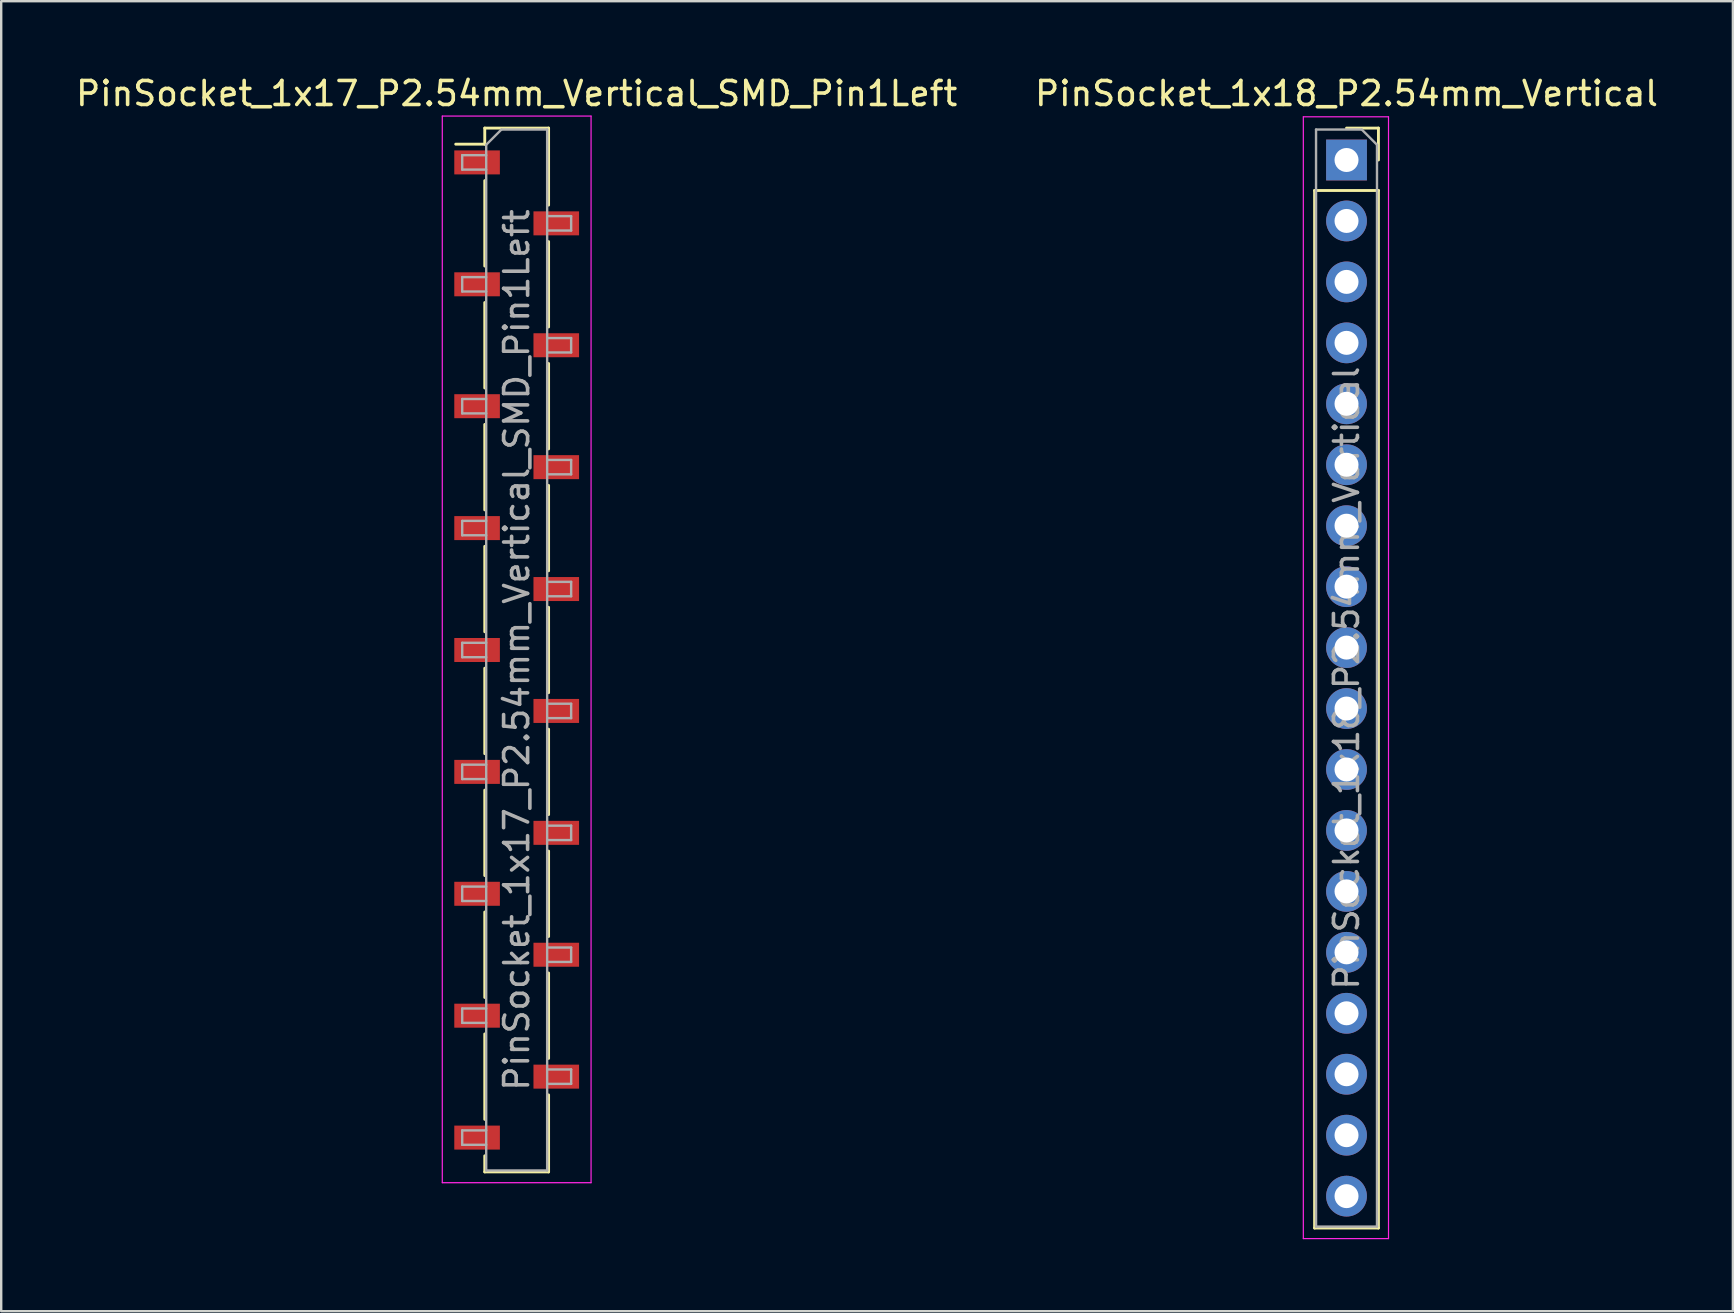
<source format=kicad_pcb>
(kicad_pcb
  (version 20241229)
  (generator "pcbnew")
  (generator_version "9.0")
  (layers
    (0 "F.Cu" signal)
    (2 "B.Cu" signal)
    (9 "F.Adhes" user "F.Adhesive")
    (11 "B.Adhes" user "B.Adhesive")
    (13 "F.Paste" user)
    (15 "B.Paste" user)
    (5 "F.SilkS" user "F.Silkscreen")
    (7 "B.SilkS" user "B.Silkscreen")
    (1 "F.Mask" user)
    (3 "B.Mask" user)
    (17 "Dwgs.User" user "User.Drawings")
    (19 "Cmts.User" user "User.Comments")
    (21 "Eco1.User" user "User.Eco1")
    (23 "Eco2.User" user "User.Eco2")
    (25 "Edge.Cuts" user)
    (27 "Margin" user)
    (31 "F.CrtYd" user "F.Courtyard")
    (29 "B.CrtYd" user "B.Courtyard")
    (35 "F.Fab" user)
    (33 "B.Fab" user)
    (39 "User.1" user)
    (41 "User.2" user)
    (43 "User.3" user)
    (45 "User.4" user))
  (footprint "PinSocket_1x17_P2.54mm_Vertical_SMD_Pin1Left"
    (layer "F.Cu")
    (at 18.482 24.038)
    (property "Reference" "PinSocket_1x17_P2.54mm_Vertical_SMD_Pin1Left" (at 0 -23.19 0) (layer "F.SilkS") (effects (font (size 1 1) (thickness 0.15))))
    (attr smd)
    (fp_line (start -2.54 -21.08) (end -1.33 -21.08) (stroke (width 0.12) (type solid)) (layer "F.SilkS"))
    (fp_line (start -1.33 -21.75) (end -1.33 -21.08) (stroke (width 0.12) (type solid)) (layer "F.SilkS"))
    (fp_line (start -1.33 -21.75) (end 1.33 -21.75) (stroke (width 0.12) (type solid)) (layer "F.SilkS"))
    (fp_line (start -1.33 -19.56) (end -1.33 -16) (stroke (width 0.12) (type solid)) (layer "F.SilkS"))
    (fp_line (start -1.33 -14.48) (end -1.33 -10.92) (stroke (width 0.12) (type solid)) (layer "F.SilkS"))
    (fp_line (start -1.33 -9.4) (end -1.33 -5.84) (stroke (width 0.12) (type solid)) (layer "F.SilkS"))
    (fp_line (start -1.33 -4.32) (end -1.33 -0.76) (stroke (width 0.12) (type solid)) (layer "F.SilkS"))
    (fp_line (start -1.33 0.76) (end -1.33 4.32) (stroke (width 0.12) (type solid)) (layer "F.SilkS"))
    (fp_line (start -1.33 5.84) (end -1.33 9.4) (stroke (width 0.12) (type solid)) (layer "F.SilkS"))
    (fp_line (start -1.33 10.92) (end -1.33 14.48) (stroke (width 0.12) (type solid)) (layer "F.SilkS"))
    (fp_line (start -1.33 16) (end -1.33 19.56) (stroke (width 0.12) (type solid)) (layer "F.SilkS"))
    (fp_line (start -1.33 21.08) (end -1.33 21.75) (stroke (width 0.12) (type solid)) (layer "F.SilkS"))
    (fp_line (start -1.33 21.75) (end 1.33 21.75) (stroke (width 0.12) (type solid)) (layer "F.SilkS"))
    (fp_line (start 1.33 -21.75) (end 1.33 -18.54) (stroke (width 0.12) (type solid)) (layer "F.SilkS"))
    (fp_line (start 1.33 -17.02) (end 1.33 -13.46) (stroke (width 0.12) (type solid)) (layer "F.SilkS"))
    (fp_line (start 1.33 -11.94) (end 1.33 -8.38) (stroke (width 0.12) (type solid)) (layer "F.SilkS"))
    (fp_line (start 1.33 -6.86) (end 1.33 -3.3) (stroke (width 0.12) (type solid)) (layer "F.SilkS"))
    (fp_line (start 1.33 -1.78) (end 1.33 1.78) (stroke (width 0.12) (type solid)) (layer "F.SilkS"))
    (fp_line (start 1.33 3.3) (end 1.33 6.86) (stroke (width 0.12) (type solid)) (layer "F.SilkS"))
    (fp_line (start 1.33 8.38) (end 1.33 11.94) (stroke (width 0.12) (type solid)) (layer "F.SilkS"))
    (fp_line (start 1.33 13.46) (end 1.33 17.02) (stroke (width 0.12) (type solid)) (layer "F.SilkS"))
    (fp_line (start 1.33 18.54) (end 1.33 21.75) (stroke (width 0.12) (type solid)) (layer "F.SilkS"))
    (fp_line (start -3.1 -22.25) (end 3.1 -22.25) (stroke (width 0.05) (type solid)) (layer "F.CrtYd"))
    (fp_line (start -3.1 22.2) (end -3.1 -22.25) (stroke (width 0.05) (type solid)) (layer "F.CrtYd"))
    (fp_line (start 3.1 -22.25) (end 3.1 22.2) (stroke (width 0.05) (type solid)) (layer "F.CrtYd"))
    (fp_line (start 3.1 22.2) (end -3.1 22.2) (stroke (width 0.05) (type solid)) (layer "F.CrtYd"))
    (fp_line (start -2.27 -20.62) (end -1.27 -20.62) (stroke (width 0.1) (type solid)) (layer "F.Fab"))
    (fp_line (start -2.27 -20.02) (end -2.27 -20.62) (stroke (width 0.1) (type solid)) (layer "F.Fab"))
    (fp_line (start -2.27 -15.54) (end -1.27 -15.54) (stroke (width 0.1) (type solid)) (layer "F.Fab"))
    (fp_line (start -2.27 -14.94) (end -2.27 -15.54) (stroke (width 0.1) (type solid)) (layer "F.Fab"))
    (fp_line (start -2.27 -10.46) (end -1.27 -10.46) (stroke (width 0.1) (type solid)) (layer "F.Fab"))
    (fp_line (start -2.27 -9.86) (end -2.27 -10.46) (stroke (width 0.1) (type solid)) (layer "F.Fab"))
    (fp_line (start -2.27 -5.38) (end -1.27 -5.38) (stroke (width 0.1) (type solid)) (layer "F.Fab"))
    (fp_line (start -2.27 -4.78) (end -2.27 -5.38) (stroke (width 0.1) (type solid)) (layer "F.Fab"))
    (fp_line (start -2.27 -0.3) (end -1.27 -0.3) (stroke (width 0.1) (type solid)) (layer "F.Fab"))
    (fp_line (start -2.27 0.3) (end -2.27 -0.3) (stroke (width 0.1) (type solid)) (layer "F.Fab"))
    (fp_line (start -2.27 4.78) (end -1.27 4.78) (stroke (width 0.1) (type solid)) (layer "F.Fab"))
    (fp_line (start -2.27 5.38) (end -2.27 4.78) (stroke (width 0.1) (type solid)) (layer "F.Fab"))
    (fp_line (start -2.27 9.86) (end -1.27 9.86) (stroke (width 0.1) (type solid)) (layer "F.Fab"))
    (fp_line (start -2.27 10.46) (end -2.27 9.86) (stroke (width 0.1) (type solid)) (layer "F.Fab"))
    (fp_line (start -2.27 14.94) (end -1.27 14.94) (stroke (width 0.1) (type solid)) (layer "F.Fab"))
    (fp_line (start -2.27 15.54) (end -2.27 14.94) (stroke (width 0.1) (type solid)) (layer "F.Fab"))
    (fp_line (start -2.27 20.02) (end -1.27 20.02) (stroke (width 0.1) (type solid)) (layer "F.Fab"))
    (fp_line (start -2.27 20.62) (end -2.27 20.02) (stroke (width 0.1) (type solid)) (layer "F.Fab"))
    (fp_line (start -1.27 -21.055) (end -0.635 -21.69) (stroke (width 0.1) (type solid)) (layer "F.Fab"))
    (fp_line (start -1.27 -20.02) (end -2.27 -20.02) (stroke (width 0.1) (type solid)) (layer "F.Fab"))
    (fp_line (start -1.27 -14.94) (end -2.27 -14.94) (stroke (width 0.1) (type solid)) (layer "F.Fab"))
    (fp_line (start -1.27 -9.86) (end -2.27 -9.86) (stroke (width 0.1) (type solid)) (layer "F.Fab"))
    (fp_line (start -1.27 -4.78) (end -2.27 -4.78) (stroke (width 0.1) (type solid)) (layer "F.Fab"))
    (fp_line (start -1.27 0.3) (end -2.27 0.3) (stroke (width 0.1) (type solid)) (layer "F.Fab"))
    (fp_line (start -1.27 5.38) (end -2.27 5.38) (stroke (width 0.1) (type solid)) (layer "F.Fab"))
    (fp_line (start -1.27 10.46) (end -2.27 10.46) (stroke (width 0.1) (type solid)) (layer "F.Fab"))
    (fp_line (start -1.27 15.54) (end -2.27 15.54) (stroke (width 0.1) (type solid)) (layer "F.Fab"))
    (fp_line (start -1.27 20.62) (end -2.27 20.62) (stroke (width 0.1) (type solid)) (layer "F.Fab"))
    (fp_line (start -1.27 21.69) (end -1.27 -21.055) (stroke (width 0.1) (type solid)) (layer "F.Fab"))
    (fp_line (start -0.635 -21.69) (end 1.27 -21.69) (stroke (width 0.1) (type solid)) (layer "F.Fab"))
    (fp_line (start 1.27 -21.69) (end 1.27 21.69) (stroke (width 0.1) (type solid)) (layer "F.Fab"))
    (fp_line (start 1.27 -18.08) (end 2.27 -18.08) (stroke (width 0.1) (type solid)) (layer "F.Fab"))
    (fp_line (start 1.27 -13) (end 2.27 -13) (stroke (width 0.1) (type solid)) (layer "F.Fab"))
    (fp_line (start 1.27 -7.92) (end 2.27 -7.92) (stroke (width 0.1) (type solid)) (layer "F.Fab"))
    (fp_line (start 1.27 -2.84) (end 2.27 -2.84) (stroke (width 0.1) (type solid)) (layer "F.Fab"))
    (fp_line (start 1.27 2.24) (end 2.27 2.24) (stroke (width 0.1) (type solid)) (layer "F.Fab"))
    (fp_line (start 1.27 7.32) (end 2.27 7.32) (stroke (width 0.1) (type solid)) (layer "F.Fab"))
    (fp_line (start 1.27 12.4) (end 2.27 12.4) (stroke (width 0.1) (type solid)) (layer "F.Fab"))
    (fp_line (start 1.27 17.48) (end 2.27 17.48) (stroke (width 0.1) (type solid)) (layer "F.Fab"))
    (fp_line (start 1.27 21.69) (end -1.27 21.69) (stroke (width 0.1) (type solid)) (layer "F.Fab"))
    (fp_line (start 2.27 -18.08) (end 2.27 -17.48) (stroke (width 0.1) (type solid)) (layer "F.Fab"))
    (fp_line (start 2.27 -17.48) (end 1.27 -17.48) (stroke (width 0.1) (type solid)) (layer "F.Fab"))
    (fp_line (start 2.27 -13) (end 2.27 -12.4) (stroke (width 0.1) (type solid)) (layer "F.Fab"))
    (fp_line (start 2.27 -12.4) (end 1.27 -12.4) (stroke (width 0.1) (type solid)) (layer "F.Fab"))
    (fp_line (start 2.27 -7.92) (end 2.27 -7.32) (stroke (width 0.1) (type solid)) (layer "F.Fab"))
    (fp_line (start 2.27 -7.32) (end 1.27 -7.32) (stroke (width 0.1) (type solid)) (layer "F.Fab"))
    (fp_line (start 2.27 -2.84) (end 2.27 -2.24) (stroke (width 0.1) (type solid)) (layer "F.Fab"))
    (fp_line (start 2.27 -2.24) (end 1.27 -2.24) (stroke (width 0.1) (type solid)) (layer "F.Fab"))
    (fp_line (start 2.27 2.24) (end 2.27 2.84) (stroke (width 0.1) (type solid)) (layer "F.Fab"))
    (fp_line (start 2.27 2.84) (end 1.27 2.84) (stroke (width 0.1) (type solid)) (layer "F.Fab"))
    (fp_line (start 2.27 7.32) (end 2.27 7.92) (stroke (width 0.1) (type solid)) (layer "F.Fab"))
    (fp_line (start 2.27 7.92) (end 1.27 7.92) (stroke (width 0.1) (type solid)) (layer "F.Fab"))
    (fp_line (start 2.27 12.4) (end 2.27 13) (stroke (width 0.1) (type solid)) (layer "F.Fab"))
    (fp_line (start 2.27 13) (end 1.27 13) (stroke (width 0.1) (type solid)) (layer "F.Fab"))
    (fp_line (start 2.27 17.48) (end 2.27 18.08) (stroke (width 0.1) (type solid)) (layer "F.Fab"))
    (fp_line (start 2.27 18.08) (end 1.27 18.08) (stroke (width 0.1) (type solid)) (layer "F.Fab"))
    (fp_text user "${REFERENCE}" (at 0 0 90) (layer "F.Fab") (effects (font (size 1 1) (thickness 0.15))))
    (pad "1" smd rect (at -1.65 -20.32) (size 1.9 1) (layers "F.Cu" "F.Mask" "F.Paste"))
    (pad "2" smd rect (at 1.65 -17.78) (size 1.9 1) (layers "F.Cu" "F.Mask" "F.Paste"))
    (pad "3" smd rect (at -1.65 -15.24) (size 1.9 1) (layers "F.Cu" "F.Mask" "F.Paste"))
    (pad "4" smd rect (at 1.65 -12.7) (size 1.9 1) (layers "F.Cu" "F.Mask" "F.Paste"))
    (pad "5" smd rect (at -1.65 -10.16) (size 1.9 1) (layers "F.Cu" "F.Mask" "F.Paste"))
    (pad "6" smd rect (at 1.65 -7.62) (size 1.9 1) (layers "F.Cu" "F.Mask" "F.Paste"))
    (pad "7" smd rect (at -1.65 -5.08) (size 1.9 1) (layers "F.Cu" "F.Mask" "F.Paste"))
    (pad "8" smd rect (at 1.65 -2.54) (size 1.9 1) (layers "F.Cu" "F.Mask" "F.Paste"))
    (pad "9" smd rect (at -1.65 0) (size 1.9 1) (layers "F.Cu" "F.Mask" "F.Paste"))
    (pad "10" smd rect (at 1.65 2.54) (size 1.9 1) (layers "F.Cu" "F.Mask" "F.Paste"))
    (pad "11" smd rect (at -1.65 5.08) (size 1.9 1) (layers "F.Cu" "F.Mask" "F.Paste"))
    (pad "12" smd rect (at 1.65 7.62) (size 1.9 1) (layers "F.Cu" "F.Mask" "F.Paste"))
    (pad "13" smd rect (at -1.65 10.16) (size 1.9 1) (layers "F.Cu" "F.Mask" "F.Paste"))
    (pad "14" smd rect (at 1.65 12.7) (size 1.9 1) (layers "F.Cu" "F.Mask" "F.Paste"))
    (pad "15" smd rect (at -1.65 15.24) (size 1.9 1) (layers "F.Cu" "F.Mask" "F.Paste"))
    (pad "16" smd rect (at 1.65 17.78) (size 1.9 1) (layers "F.Cu" "F.Mask" "F.Paste"))
    (pad "17" smd rect (at -1.65 20.32) (size 1.9 1) (layers "F.Cu" "F.Mask" "F.Paste")))
  (footprint "PinSocket_1x18_P2.54mm_Vertical"
    (layer "F.Cu")
    (at 53.065 3.618)
    (property "Reference" "PinSocket_1x18_P2.54mm_Vertical" (at 0 -2.77 0) (layer "F.SilkS") (effects (font (size 1 1) (thickness 0.15))))
    (attr through_hole)
    (fp_line (start -1.33 1.27) (end -1.33 44.51) (stroke (width 0.12) (type solid)) (layer "F.SilkS"))
    (fp_line (start -1.33 1.27) (end 1.33 1.27) (stroke (width 0.12) (type solid)) (layer "F.SilkS"))
    (fp_line (start -1.33 44.51) (end 1.33 44.51) (stroke (width 0.12) (type solid)) (layer "F.SilkS"))
    (fp_line (start 0 -1.33) (end 1.33 -1.33) (stroke (width 0.12) (type solid)) (layer "F.SilkS"))
    (fp_line (start 1.33 -1.33) (end 1.33 0) (stroke (width 0.12) (type solid)) (layer "F.SilkS"))
    (fp_line (start 1.33 1.27) (end 1.33 44.51) (stroke (width 0.12) (type solid)) (layer "F.SilkS"))
    (fp_line (start -1.8 -1.8) (end 1.75 -1.8) (stroke (width 0.05) (type solid)) (layer "F.CrtYd"))
    (fp_line (start -1.8 44.95) (end -1.8 -1.8) (stroke (width 0.05) (type solid)) (layer "F.CrtYd"))
    (fp_line (start 1.75 -1.8) (end 1.75 44.95) (stroke (width 0.05) (type solid)) (layer "F.CrtYd"))
    (fp_line (start 1.75 44.95) (end -1.8 44.95) (stroke (width 0.05) (type solid)) (layer "F.CrtYd"))
    (fp_line (start -1.27 -1.27) (end 0.635 -1.27) (stroke (width 0.1) (type solid)) (layer "F.Fab"))
    (fp_line (start -1.27 44.45) (end -1.27 -1.27) (stroke (width 0.1) (type solid)) (layer "F.Fab"))
    (fp_line (start 0.635 -1.27) (end 1.27 -0.635) (stroke (width 0.1) (type solid)) (layer "F.Fab"))
    (fp_line (start 1.27 -0.635) (end 1.27 44.45) (stroke (width 0.1) (type solid)) (layer "F.Fab"))
    (fp_line (start 1.27 44.45) (end -1.27 44.45) (stroke (width 0.1) (type solid)) (layer "F.Fab"))
    (fp_text user "${REFERENCE}" (at 0 21.59 90) (layer "F.Fab") (effects (font (size 1 1) (thickness 0.15))))
    (pad "1" thru_hole rect (at 0 0) (size 1.7 1.7) (drill 1) (layers "*.Cu" "*.Mask"))
    (pad "2" thru_hole oval (at 0 2.54) (size 1.7 1.7) (drill 1) (layers "*.Cu" "*.Mask"))
    (pad "3" thru_hole oval (at 0 5.08) (size 1.7 1.7) (drill 1) (layers "*.Cu" "*.Mask"))
    (pad "4" thru_hole oval (at 0 7.62) (size 1.7 1.7) (drill 1) (layers "*.Cu" "*.Mask"))
    (pad "5" thru_hole oval (at 0 10.16) (size 1.7 1.7) (drill 1) (layers "*.Cu" "*.Mask"))
    (pad "6" thru_hole oval (at 0 12.7) (size 1.7 1.7) (drill 1) (layers "*.Cu" "*.Mask"))
    (pad "7" thru_hole oval (at 0 15.24) (size 1.7 1.7) (drill 1) (layers "*.Cu" "*.Mask"))
    (pad "8" thru_hole oval (at 0 17.78) (size 1.7 1.7) (drill 1) (layers "*.Cu" "*.Mask"))
    (pad "9" thru_hole oval (at 0 20.32) (size 1.7 1.7) (drill 1) (layers "*.Cu" "*.Mask"))
    (pad "10" thru_hole oval (at 0 22.86) (size 1.7 1.7) (drill 1) (layers "*.Cu" "*.Mask"))
    (pad "11" thru_hole oval (at 0 25.4) (size 1.7 1.7) (drill 1) (layers "*.Cu" "*.Mask"))
    (pad "12" thru_hole oval (at 0 27.94) (size 1.7 1.7) (drill 1) (layers "*.Cu" "*.Mask"))
    (pad "13" thru_hole oval (at 0 30.48) (size 1.7 1.7) (drill 1) (layers "*.Cu" "*.Mask"))
    (pad "14" thru_hole oval (at 0 33.02) (size 1.7 1.7) (drill 1) (layers "*.Cu" "*.Mask"))
    (pad "15" thru_hole oval (at 0 35.56) (size 1.7 1.7) (drill 1) (layers "*.Cu" "*.Mask"))
    (pad "16" thru_hole oval (at 0 38.1) (size 1.7 1.7) (drill 1) (layers "*.Cu" "*.Mask"))
    (pad "17" thru_hole oval (at 0 40.64) (size 1.7 1.7) (drill 1) (layers "*.Cu" "*.Mask"))
    (pad "18" thru_hole oval (at 0 43.18) (size 1.7 1.7) (drill 1) (layers "*.Cu" "*.Mask")))
  (gr_rect
    (start -3 -3)
    (end 69.167 51.593)
    (stroke (width 0.1) (type default))
    (fill no)
    (layer "Edge.Cuts")))
</source>
